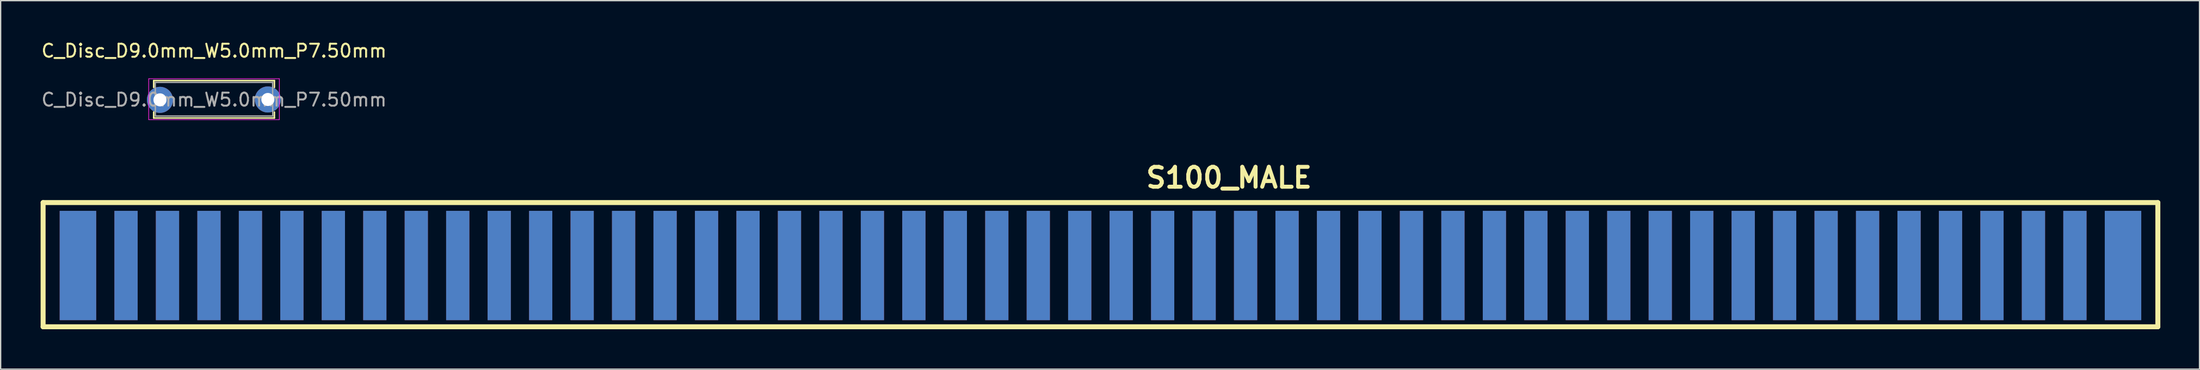
<source format=kicad_pcb>
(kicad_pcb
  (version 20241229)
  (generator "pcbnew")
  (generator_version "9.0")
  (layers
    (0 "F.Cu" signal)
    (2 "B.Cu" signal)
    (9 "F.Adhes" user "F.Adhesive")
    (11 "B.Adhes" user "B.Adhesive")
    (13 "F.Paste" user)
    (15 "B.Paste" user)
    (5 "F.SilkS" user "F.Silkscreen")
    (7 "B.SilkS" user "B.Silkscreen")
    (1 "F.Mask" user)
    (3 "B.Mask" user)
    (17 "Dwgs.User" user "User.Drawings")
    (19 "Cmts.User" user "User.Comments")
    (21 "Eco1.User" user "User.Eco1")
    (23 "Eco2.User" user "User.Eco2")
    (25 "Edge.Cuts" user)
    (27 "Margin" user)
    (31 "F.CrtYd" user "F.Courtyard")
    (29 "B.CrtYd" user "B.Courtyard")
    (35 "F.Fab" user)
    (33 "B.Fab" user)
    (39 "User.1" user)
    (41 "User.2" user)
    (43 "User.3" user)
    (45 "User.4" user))
  (footprint "S100_MALE"
    (layer "F.Cu")
    (at 0.25 22.01)
    (property "Reference" "S100_MALE" (at 90.805 -11.43 0) (layer "F.SilkS") (effects (font (size 1.524 1.524) (thickness 0.305))))
    (attr through_hole)
    (fp_line (start 0 -9.525) (end 161.925 -9.525) (stroke (width 0.381) (type solid)) (layer "F.SilkS"))
    (fp_line (start 0 0) (end 0 -9.525) (stroke (width 0.381) (type solid)) (layer "F.SilkS"))
    (fp_line (start 161.925 -9.525) (end 161.925 0) (stroke (width 0.381) (type solid)) (layer "F.SilkS"))
    (fp_line (start 161.925 0) (end 0 0) (stroke (width 0.381) (type solid)) (layer "F.SilkS"))
    (pad "1" connect rect (at 2.667 -4.699) (size 2.794 8.382) (layers "F.Cu" "F.Mask"))
    (pad "2" connect rect (at 6.35 -4.699) (size 1.778 8.382) (layers "F.Cu" "F.Mask"))
    (pad "3" connect rect (at 9.525 -4.699) (size 1.778 8.382) (layers "F.Cu" "F.Mask"))
    (pad "4" connect rect (at 12.7 -4.699) (size 1.778 8.382) (layers "F.Cu" "F.Mask"))
    (pad "5" connect rect (at 15.875 -4.699) (size 1.778 8.382) (layers "F.Cu" "F.Mask"))
    (pad "6" connect rect (at 19.05 -4.699) (size 1.778 8.382) (layers "F.Cu" "F.Mask"))
    (pad "7" connect rect (at 22.225 -4.699) (size 1.778 8.382) (layers "F.Cu" "F.Mask"))
    (pad "8" connect rect (at 25.4 -4.699) (size 1.778 8.382) (layers "F.Cu" "F.Mask"))
    (pad "9" connect rect (at 28.575 -4.699) (size 1.778 8.382) (layers "F.Cu" "F.Mask"))
    (pad "10" connect rect (at 31.75 -4.699) (size 1.778 8.382) (layers "F.Cu" "F.Mask"))
    (pad "11" connect rect (at 34.925 -4.699) (size 1.778 8.382) (layers "F.Cu" "F.Mask"))
    (pad "12" connect rect (at 38.1 -4.699) (size 1.778 8.382) (layers "F.Cu" "F.Mask"))
    (pad "13" connect rect (at 41.275 -4.699) (size 1.778 8.382) (layers "F.Cu" "F.Mask"))
    (pad "14" connect rect (at 44.45 -4.699) (size 1.778 8.382) (layers "F.Cu" "F.Mask"))
    (pad "15" connect rect (at 47.625 -4.699) (size 1.778 8.382) (layers "F.Cu" "F.Mask"))
    (pad "16" connect rect (at 50.8 -4.699) (size 1.778 8.382) (layers "F.Cu" "F.Mask"))
    (pad "17" connect rect (at 53.975 -4.699) (size 1.778 8.382) (layers "F.Cu" "F.Mask"))
    (pad "18" connect rect (at 57.15 -4.699) (size 1.778 8.382) (layers "F.Cu" "F.Mask"))
    (pad "19" connect rect (at 60.325 -4.699) (size 1.778 8.382) (layers "F.Cu" "F.Mask"))
    (pad "20" connect rect (at 63.5 -4.699) (size 1.778 8.382) (layers "F.Cu" "F.Mask"))
    (pad "21" connect rect (at 66.675 -4.699) (size 1.778 8.382) (layers "F.Cu" "F.Mask"))
    (pad "22" connect rect (at 69.85 -4.699) (size 1.778 8.382) (layers "F.Cu" "F.Mask"))
    (pad "23" connect rect (at 73.025 -4.699) (size 1.778 8.382) (layers "F.Cu" "F.Mask"))
    (pad "24" connect rect (at 76.2 -4.699) (size 1.778 8.382) (layers "F.Cu" "F.Mask"))
    (pad "25" connect rect (at 79.375 -4.699) (size 1.778 8.382) (layers "F.Cu" "F.Mask"))
    (pad "26" connect rect (at 82.55 -4.699) (size 1.778 8.382) (layers "F.Cu" "F.Mask"))
    (pad "27" connect rect (at 85.725 -4.699) (size 1.778 8.382) (layers "F.Cu" "F.Mask"))
    (pad "28" connect rect (at 88.9 -4.699) (size 1.778 8.382) (layers "F.Cu" "F.Mask"))
    (pad "29" connect rect (at 92.075 -4.699) (size 1.778 8.382) (layers "F.Cu" "F.Mask"))
    (pad "30" connect rect (at 95.25 -4.699) (size 1.778 8.382) (layers "F.Cu" "F.Mask"))
    (pad "31" connect rect (at 98.425 -4.699) (size 1.778 8.382) (layers "F.Cu" "F.Mask"))
    (pad "32" connect rect (at 101.6 -4.699) (size 1.778 8.382) (layers "F.Cu" "F.Mask"))
    (pad "33" connect rect (at 104.775 -4.699) (size 1.778 8.382) (layers "F.Cu" "F.Mask"))
    (pad "34" connect rect (at 107.95 -4.699) (size 1.778 8.382) (layers "F.Cu" "F.Mask"))
    (pad "35" connect rect (at 111.125 -4.699) (size 1.778 8.382) (layers "F.Cu" "F.Mask"))
    (pad "36" connect rect (at 114.3 -4.699) (size 1.778 8.382) (layers "F.Cu" "F.Mask"))
    (pad "37" connect rect (at 117.475 -4.699) (size 1.778 8.382) (layers "F.Cu" "F.Mask"))
    (pad "38" connect rect (at 120.65 -4.699) (size 1.778 8.382) (layers "F.Cu" "F.Mask"))
    (pad "39" connect rect (at 123.825 -4.699) (size 1.778 8.382) (layers "F.Cu" "F.Mask"))
    (pad "40" connect rect (at 127 -4.699) (size 1.778 8.382) (layers "F.Cu" "F.Mask"))
    (pad "41" connect rect (at 130.175 -4.699) (size 1.778 8.382) (layers "F.Cu" "F.Mask"))
    (pad "42" connect rect (at 133.35 -4.699) (size 1.778 8.382) (layers "F.Cu" "F.Mask"))
    (pad "43" connect rect (at 136.525 -4.699) (size 1.778 8.382) (layers "F.Cu" "F.Mask"))
    (pad "44" connect rect (at 139.7 -4.699) (size 1.778 8.382) (layers "F.Cu" "F.Mask"))
    (pad "45" connect rect (at 142.875 -4.699) (size 1.778 8.382) (layers "F.Cu" "F.Mask"))
    (pad "46" connect rect (at 146.05 -4.699) (size 1.778 8.382) (layers "F.Cu" "F.Mask"))
    (pad "47" connect rect (at 149.225 -4.699) (size 1.778 8.382) (layers "F.Cu" "F.Mask"))
    (pad "48" connect rect (at 152.4 -4.699) (size 1.778 8.382) (layers "F.Cu" "F.Mask"))
    (pad "49" connect rect (at 155.575 -4.699) (size 1.778 8.382) (layers "F.Cu" "F.Mask"))
    (pad "50" connect rect (at 159.258 -4.699) (size 2.794 8.382) (layers "F.Cu" "F.Mask"))
    (pad "51" connect rect (at 2.667 -4.699) (size 2.794 8.382) (layers "B.Cu" "B.Mask"))
    (pad "52" connect rect (at 6.35 -4.699) (size 1.778 8.382) (layers "B.Cu" "B.Mask"))
    (pad "53" connect rect (at 9.525 -4.699) (size 1.778 8.382) (layers "B.Cu" "B.Mask"))
    (pad "54" connect rect (at 12.7 -4.699) (size 1.778 8.382) (layers "B.Cu" "B.Mask"))
    (pad "55" connect rect (at 15.875 -4.699) (size 1.778 8.382) (layers "B.Cu" "B.Mask"))
    (pad "56" connect rect (at 19.05 -4.699) (size 1.778 8.382) (layers "B.Cu" "B.Mask"))
    (pad "57" connect rect (at 22.225 -4.699) (size 1.778 8.382) (layers "B.Cu" "B.Mask"))
    (pad "58" connect rect (at 25.4 -4.699) (size 1.778 8.382) (layers "B.Cu" "B.Mask"))
    (pad "59" connect rect (at 28.575 -4.699) (size 1.778 8.382) (layers "B.Cu" "B.Mask"))
    (pad "60" connect rect (at 31.75 -4.699) (size 1.778 8.382) (layers "B.Cu" "B.Mask"))
    (pad "61" connect rect (at 34.925 -4.699) (size 1.778 8.382) (layers "B.Cu" "B.Mask"))
    (pad "62" connect rect (at 38.1 -4.699) (size 1.778 8.382) (layers "B.Cu" "B.Mask"))
    (pad "63" connect rect (at 41.275 -4.699) (size 1.778 8.382) (layers "B.Cu" "B.Mask"))
    (pad "64" connect rect (at 44.45 -4.699) (size 1.778 8.382) (layers "B.Cu" "B.Mask"))
    (pad "65" connect rect (at 47.625 -4.699) (size 1.778 8.382) (layers "B.Cu" "B.Mask"))
    (pad "66" connect rect (at 50.8 -4.699) (size 1.778 8.382) (layers "B.Cu" "B.Mask"))
    (pad "67" connect rect (at 53.975 -4.699) (size 1.778 8.382) (layers "B.Cu" "B.Mask"))
    (pad "68" connect rect (at 57.15 -4.699) (size 1.778 8.382) (layers "B.Cu" "B.Mask"))
    (pad "69" connect rect (at 60.325 -4.699) (size 1.778 8.382) (layers "B.Cu" "B.Mask"))
    (pad "70" connect rect (at 63.5 -4.699) (size 1.778 8.382) (layers "B.Cu" "B.Mask"))
    (pad "71" connect rect (at 66.675 -4.699) (size 1.778 8.382) (layers "B.Cu" "B.Mask"))
    (pad "72" connect rect (at 69.85 -4.699) (size 1.778 8.382) (layers "B.Cu" "B.Mask"))
    (pad "73" connect rect (at 73.025 -4.699) (size 1.778 8.382) (layers "B.Cu" "B.Mask"))
    (pad "74" connect rect (at 76.2 -4.699) (size 1.778 8.382) (layers "B.Cu" "B.Mask"))
    (pad "75" connect rect (at 79.375 -4.699) (size 1.778 8.382) (layers "B.Cu" "B.Mask"))
    (pad "76" connect rect (at 82.55 -4.699) (size 1.778 8.382) (layers "B.Cu" "B.Mask"))
    (pad "77" connect rect (at 85.725 -4.699) (size 1.778 8.382) (layers "B.Cu" "B.Mask"))
    (pad "78" connect rect (at 88.9 -4.699) (size 1.778 8.382) (layers "B.Cu" "B.Mask"))
    (pad "79" connect rect (at 92.075 -4.699) (size 1.778 8.382) (layers "B.Cu" "B.Mask"))
    (pad "80" connect rect (at 95.25 -4.699) (size 1.778 8.382) (layers "B.Cu" "B.Mask"))
    (pad "81" connect rect (at 98.425 -4.699) (size 1.778 8.382) (layers "B.Cu" "B.Mask"))
    (pad "82" connect rect (at 101.6 -4.699) (size 1.778 8.382) (layers "B.Cu" "B.Mask"))
    (pad "83" connect rect (at 104.775 -4.699) (size 1.778 8.382) (layers "B.Cu" "B.Mask"))
    (pad "84" connect rect (at 107.95 -4.699) (size 1.778 8.382) (layers "B.Cu" "B.Mask"))
    (pad "85" connect rect (at 111.125 -4.699) (size 1.778 8.382) (layers "B.Cu" "B.Mask"))
    (pad "86" connect rect (at 114.3 -4.699) (size 1.778 8.382) (layers "B.Cu" "B.Mask"))
    (pad "87" connect rect (at 117.475 -4.699) (size 1.778 8.382) (layers "B.Cu" "B.Mask"))
    (pad "88" connect rect (at 120.65 -4.699) (size 1.778 8.382) (layers "B.Cu" "B.Mask"))
    (pad "89" connect rect (at 123.825 -4.699) (size 1.778 8.382) (layers "B.Cu" "B.Mask"))
    (pad "90" connect rect (at 127 -4.699) (size 1.778 8.382) (layers "B.Cu" "B.Mask"))
    (pad "91" connect rect (at 130.175 -4.699) (size 1.778 8.382) (layers "B.Cu" "B.Mask"))
    (pad "92" connect rect (at 133.35 -4.699) (size 1.778 8.382) (layers "B.Cu" "B.Mask"))
    (pad "93" connect rect (at 136.525 -4.699) (size 1.778 8.382) (layers "B.Cu" "B.Mask"))
    (pad "94" connect rect (at 139.7 -4.699) (size 1.778 8.382) (layers "B.Cu" "B.Mask"))
    (pad "95" connect rect (at 142.875 -4.699) (size 1.778 8.382) (layers "B.Cu" "B.Mask"))
    (pad "96" connect rect (at 146.05 -4.699) (size 1.778 8.382) (layers "B.Cu" "B.Mask"))
    (pad "97" connect rect (at 149.225 -4.699) (size 1.778 8.382) (layers "B.Cu" "B.Mask"))
    (pad "98" connect rect (at 152.4 -4.699) (size 1.778 8.382) (layers "B.Cu" "B.Mask"))
    (pad "99" connect rect (at 155.575 -4.699) (size 1.778 8.382) (layers "B.Cu" "B.Mask"))
    (pad "100" connect rect (at 159.258 -4.699) (size 2.794 8.382) (layers "B.Cu" "B.Mask")))
  (footprint "C_Disc_D9.0mm_W5.0mm_P7.50mm"
    (layer "F.Cu")
    (at 9.589 4.598)
    (property "Reference" "C_Disc_D9.0mm_W5.0mm_P7.50mm" (at 3.75 -3.75 0) (layer "F.SilkS") (effects (font (size 1 1) (thickness 0.15))))
    (attr through_hole)
    (fp_line (start -0.87 -1.47) (end -0.87 -0.946) (stroke (width 0.12) (type solid)) (layer "F.SilkS"))
    (fp_line (start -0.87 -1.47) (end 8.37 -1.47) (stroke (width 0.12) (type solid)) (layer "F.SilkS"))
    (fp_line (start -0.87 0.946) (end -0.87 1.4) (stroke (width 0.12) (type solid)) (layer "F.SilkS"))
    (fp_line (start -0.87 1.4) (end 8.37 1.4) (stroke (width 0.12) (type solid)) (layer "F.SilkS"))
    (fp_line (start 8.37 -1.47) (end 8.37 -0.946) (stroke (width 0.12) (type solid)) (layer "F.SilkS"))
    (fp_line (start 8.37 0.946) (end 8.37 1.4) (stroke (width 0.12) (type solid)) (layer "F.SilkS"))
    (fp_line (start -1.25 -1.61) (end -1.25 1.53) (stroke (width 0.05) (type solid)) (layer "F.CrtYd"))
    (fp_line (start -1.25 1.53) (end 8.75 1.53) (stroke (width 0.05) (type solid)) (layer "F.CrtYd"))
    (fp_line (start 8.75 -1.61) (end -1.25 -1.61) (stroke (width 0.05) (type solid)) (layer "F.CrtYd"))
    (fp_line (start 8.75 1.53) (end 8.75 -1.61) (stroke (width 0.05) (type solid)) (layer "F.CrtYd"))
    (fp_line (start -0.75 -1.33) (end -0.74 1.25) (stroke (width 0.1) (type solid)) (layer "F.Fab"))
    (fp_line (start -0.74 1.25) (end 8.26 1.25) (stroke (width 0.1) (type solid)) (layer "F.Fab"))
    (fp_line (start 8.245 1.24) (end 8.235 -1.34) (stroke (width 0.1) (type solid)) (layer "F.Fab"))
    (fp_line (start 8.25 -1.33) (end -0.75 -1.33) (stroke (width 0.1) (type solid)) (layer "F.Fab"))
    (fp_text user "${REFERENCE}" (at 3.75 0 0) (layer "F.Fab") (effects (font (size 1 1) (thickness 0.15))))
    (pad "1" thru_hole circle (at -0.39 0.01) (size 2 2) (drill 1) (layers "*.Cu" "*.Mask"))
    (pad "2" thru_hole circle (at 7.87 -0.02) (size 2 2) (drill 1) (layers "*.Cu" "*.Mask")))
  (gr_rect
    (start -3 -3)
    (end 165.365 25.26)
    (stroke (width 0.1) (type default))
    (fill no)
    (layer "Edge.Cuts")))
</source>
